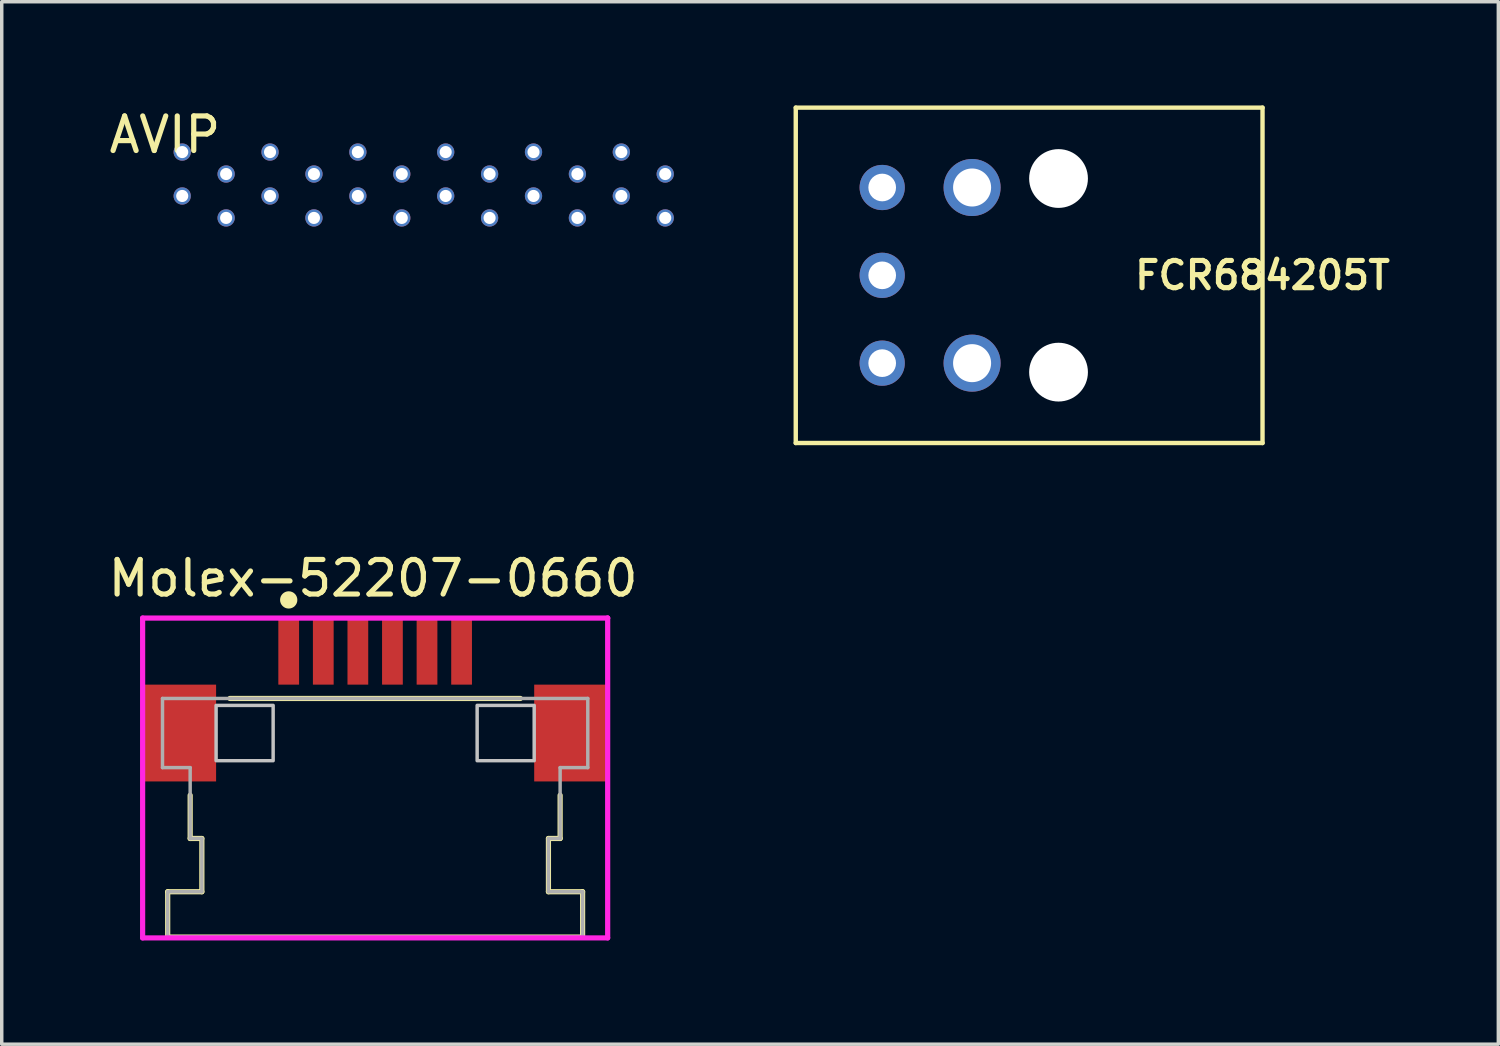
<source format=kicad_pcb>
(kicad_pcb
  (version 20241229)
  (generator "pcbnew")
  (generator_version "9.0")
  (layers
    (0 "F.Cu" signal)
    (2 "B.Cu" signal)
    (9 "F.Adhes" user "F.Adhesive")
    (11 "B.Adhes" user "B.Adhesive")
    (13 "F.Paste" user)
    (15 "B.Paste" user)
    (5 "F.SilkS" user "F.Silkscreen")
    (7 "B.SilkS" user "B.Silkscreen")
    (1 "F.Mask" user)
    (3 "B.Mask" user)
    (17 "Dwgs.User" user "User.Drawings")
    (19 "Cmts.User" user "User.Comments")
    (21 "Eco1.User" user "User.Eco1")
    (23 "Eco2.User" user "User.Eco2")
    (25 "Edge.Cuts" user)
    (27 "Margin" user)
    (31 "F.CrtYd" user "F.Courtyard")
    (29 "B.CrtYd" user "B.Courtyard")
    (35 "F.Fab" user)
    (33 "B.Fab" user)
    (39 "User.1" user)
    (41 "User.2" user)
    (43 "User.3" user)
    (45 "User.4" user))
  (footprint "AVIP"
    (layer "F.Cu")
    (at 2.22 1.348)
    (property "Reference" "AVIP" (at -0.5 -0.5 0) (unlocked yes) (layer "F.SilkS") (effects (font (size 1 1) (thickness 0.15))))
    (attr through_hole)
    (fp_text user "Blue / Pb Ground" (at 8.89 1.587 0) (unlocked yes) (layer "User.1") (effects (font (size 0.1 0.1) (thickness 0.025))))
    (fp_text user "Ground" (at 5.08 0.953 0) (unlocked yes) (layer "User.1") (effects (font (size 0.1 0.1) (thickness 0.025))))
    (fp_text user "SCART Blanking" (at 3.81 1.587 0) (unlocked yes) (layer "User.1") (effects (font (size 0.1 0.1) (thickness 0.025))))
    (fp_text user "Mode 2" (at 6.35 0.318 0) (unlocked yes) (layer "User.1") (effects (font (size 0.1 0.1) (thickness 0.025))))
    (fp_text user "Green / Luma (Y) Ground" (at 11.43 1.587 0) (unlocked yes) (layer "User.1") (effects (font (size 0.1 0.1) (thickness 0.025))))
    (fp_text user "Composite (CVBS)" (at 13.97 0.318 0) (unlocked yes) (layer "User.1") (effects (font (size 0.1 0.1) (thickness 0.025))))
    (fp_text user "Mode 3" (at 7.62 -0.318 0) (unlocked yes) (layer "User.1") (effects (font (size 0.1 0.1) (thickness 0.025))))
    (fp_text user "SPDIF" (at 2.54 0.953 0) (unlocked yes) (layer "User.1") (effects (font (size 0.1 0.1) (thickness 0.025))))
    (fp_text user "Right Audio Ground" (at 1.3 1.587 0) (unlocked yes) (layer "User.1") (effects (font (size 0.1 0.1) (thickness 0.025))))
    (fp_text user "Ground" (at 6.35 1.587 0) (unlocked yes) (layer "User.1") (effects (font (size 0.1 0.1) (thickness 0.025))))
    (fp_text user "Mode 1" (at 5.08 -0.318 0) (unlocked yes) (layer "User.1") (effects (font (size 0.1 0.1) (thickness 0.025))))
    (fp_text user "Left Audio Ground" (at 2.54 -0.318 0) (unlocked yes) (layer "User.1") (effects (font (size 0.1 0.1) (thickness 0.025))))
    (fp_text user "Blue / Pb" (at 10.16 0.953 0) (unlocked yes) (layer "User.1") (effects (font (size 0.1 0.1) (thickness 0.025))))
    (fp_text user "5V" (at 0 -0.318 0) (unlocked yes) (layer "User.1") (effects (font (size 0.1 0.1) (thickness 0.025))))
    (fp_text user "-5V" (at 13.97 1.587 0) (unlocked yes) (layer "User.1") (effects (font (size 0.1 0.1) (thickness 0.025))))
    (fp_text user "Green / Luma (Y)" (at 12.7 0.953 0) (unlocked yes) (layer "User.1") (effects (font (size 0.1 0.1) (thickness 0.025))))
    (fp_text user "Left Audio" (at 1.27 0.318 0) (unlocked yes) (layer "User.1") (effects (font (size 0.1 0.1) (thickness 0.025))))
    (fp_text user "Red / Pr / Chroma (C) Ground" (at 10.16 -0.318 0) (unlocked yes) (layer "User.1") (effects (font (size 0.1 0.1) (thickness 0.025))))
    (fp_text user "SCART Status" (at 8.89 0.318 0) (unlocked yes) (layer "User.1") (effects (font (size 0.1 0.1) (thickness 0.025))))
    (fp_text user "NC" (at 3.81 0.318 0) (unlocked yes) (layer "User.1") (effects (font (size 0.1 0.1) (thickness 0.025))))
    (fp_text user "Right Audio" (at 0 0.953 0) (unlocked yes) (layer "User.1") (effects (font (size 0.1 0.1) (thickness 0.025))))
    (fp_text user "Red / Pr / Chroma (C)" (at 11.43 0.318 0) (unlocked yes) (layer "User.1") (effects (font (size 0.1 0.1) (thickness 0.025))))
    (fp_text user "Ground" (at 7.62 0.953 0) (unlocked yes) (layer "User.1") (effects (font (size 0.1 0.1) (thickness 0.025))))
    (fp_text user "Composite (CVBS) Ground" (at 12.7 -0.318 0) (unlocked yes) (layer "User.1") (effects (font (size 0.1 0.1) (thickness 0.025))))
    (pad "1" thru_hole circle (at 0 0) (size 0.5 0.5) (drill 0.35) (layers "*.Cu" "*.Mask"))
    (pad "2" thru_hole circle (at 0 1.27) (size 0.5 0.5) (drill 0.35) (layers "*.Cu" "*.Mask"))
    (pad "3" thru_hole circle (at 1.27 0.635) (size 0.5 0.5) (drill 0.35) (layers "*.Cu" "*.Mask"))
    (pad "4" thru_hole circle (at 1.27 1.905) (size 0.5 0.5) (drill 0.35) (layers "*.Cu" "*.Mask"))
    (pad "5" thru_hole circle (at 2.54 0) (size 0.5 0.5) (drill 0.35) (layers "*.Cu" "*.Mask"))
    (pad "6" thru_hole circle (at 2.54 1.27) (size 0.5 0.5) (drill 0.35) (layers "*.Cu" "*.Mask"))
    (pad "7" thru_hole circle (at 3.81 0.635) (size 0.5 0.5) (drill 0.35) (layers "*.Cu" "*.Mask"))
    (pad "8" thru_hole circle (at 3.81 1.905) (size 0.5 0.5) (drill 0.35) (layers "*.Cu" "*.Mask"))
    (pad "9" thru_hole circle (at 5.08 0) (size 0.5 0.5) (drill 0.35) (layers "*.Cu" "*.Mask"))
    (pad "10" thru_hole circle (at 5.08 1.27) (size 0.5 0.5) (drill 0.35) (layers "*.Cu" "*.Mask"))
    (pad "11" thru_hole circle (at 6.35 0.635) (size 0.5 0.5) (drill 0.35) (layers "*.Cu" "*.Mask"))
    (pad "12" thru_hole circle (at 6.35 1.905) (size 0.5 0.5) (drill 0.35) (layers "*.Cu" "*.Mask"))
    (pad "13" thru_hole circle (at 7.62 0) (size 0.5 0.5) (drill 0.35) (layers "*.Cu" "*.Mask"))
    (pad "14" thru_hole circle (at 7.62 1.27) (size 0.5 0.5) (drill 0.35) (layers "*.Cu" "*.Mask"))
    (pad "15" thru_hole circle (at 8.89 0.635) (size 0.5 0.5) (drill 0.35) (layers "*.Cu" "*.Mask"))
    (pad "16" thru_hole circle (at 8.89 1.905) (size 0.5 0.5) (drill 0.35) (layers "*.Cu" "*.Mask"))
    (pad "17" thru_hole circle (at 10.16 0) (size 0.5 0.5) (drill 0.35) (layers "*.Cu" "*.Mask"))
    (pad "18" thru_hole circle (at 10.16 1.27) (size 0.5 0.5) (drill 0.35) (layers "*.Cu" "*.Mask"))
    (pad "19" thru_hole circle (at 11.43 0.635) (size 0.5 0.5) (drill 0.35) (layers "*.Cu" "*.Mask"))
    (pad "20" thru_hole circle (at 11.43 1.905) (size 0.5 0.5) (drill 0.35) (layers "*.Cu" "*.Mask"))
    (pad "21" thru_hole circle (at 12.7 0) (size 0.5 0.5) (drill 0.35) (layers "*.Cu" "*.Mask"))
    (pad "22" thru_hole circle (at 12.7 1.27) (size 0.5 0.5) (drill 0.35) (layers "*.Cu" "*.Mask"))
    (pad "23" thru_hole circle (at 13.97 0.635) (size 0.5 0.5) (drill 0.35) (layers "*.Cu" "*.Mask"))
    (pad "24" thru_hole circle (at 13.97 1.905) (size 0.5 0.5) (drill 0.35) (layers "*.Cu" "*.Mask")))
  (footprint "Molex-52207-0660"
    (layer "F.Cu")
    (at 7.8 16.976)
    (property "Reference" "Molex-52207-0660" (at -7.8 -3.3 0) (layer "F.SilkS") (effects (font (size 1 1) (thickness 0.15)) (justify left)))
    (attr through_hole)
    (fp_line (start -6 5.765) (end -5.012 5.765) (stroke (width 0.15) (type solid)) (layer "F.SilkS"))
    (fp_line (start -6 7.075) (end -6 5.765) (stroke (width 0.15) (type solid)) (layer "F.SilkS"))
    (fp_line (start -6 7.075) (end 6 7.075) (stroke (width 0.15) (type solid)) (layer "F.SilkS"))
    (fp_line (start -5.35 4.225) (end -5.35 2.975) (stroke (width 0.15) (type solid)) (layer "F.SilkS"))
    (fp_line (start -5.35 4.225) (end -5.013 4.225) (stroke (width 0.15) (type solid)) (layer "F.SilkS"))
    (fp_line (start -5.012 5.765) (end -5.012 4.225) (stroke (width 0.15) (type solid)) (layer "F.SilkS"))
    (fp_line (start -4.2 0.175) (end 4.2 0.175) (stroke (width 0.15) (type solid)) (layer "F.SilkS"))
    (fp_line (start 5.012 5.765) (end 5.012 4.225) (stroke (width 0.15) (type solid)) (layer "F.SilkS"))
    (fp_line (start 5.012 5.765) (end 6 5.765) (stroke (width 0.15) (type solid)) (layer "F.SilkS"))
    (fp_line (start 5.013 4.225) (end 5.35 4.225) (stroke (width 0.15) (type solid)) (layer "F.SilkS"))
    (fp_line (start 5.35 4.225) (end 5.35 2.975) (stroke (width 0.15) (type solid)) (layer "F.SilkS"))
    (fp_line (start 6 7.075) (end 6 5.765) (stroke (width 0.15) (type solid)) (layer "F.SilkS"))
    (fp_circle (center -2.5 -2.675) (end -2.375 -2.675) (stroke (width 0.25) (type solid)) (fill no) (layer "F.SilkS"))
    (fp_poly (pts (xy -4.6 0.375) (xy -2.95 0.375) (xy -2.95 1.975) (xy -4.6 1.975)) (stroke (width 0.1) (type solid)) (fill no) (layer "Dwgs.User"))
    (fp_poly (pts (xy 4.6 0.375) (xy 2.95 0.375) (xy 2.95 1.975) (xy 4.6 1.975)) (stroke (width 0.1) (type solid)) (fill no) (layer "Dwgs.User"))
    (fp_line (start -6.725 -2.15) (end -6.725 7.1) (stroke (width 0.15) (type solid)) (layer "F.CrtYd"))
    (fp_line (start -6.725 7.1) (end 6.725 7.1) (stroke (width 0.15) (type solid)) (layer "F.CrtYd"))
    (fp_line (start 6.725 -2.15) (end -6.725 -2.15) (stroke (width 0.15) (type solid)) (layer "F.CrtYd"))
    (fp_line (start 6.725 -2.15) (end 6.725 -2.15) (stroke (width 0.15) (type solid)) (layer "F.CrtYd"))
    (fp_line (start 6.725 7.1) (end 6.725 -2.15) (stroke (width 0.15) (type solid)) (layer "F.CrtYd"))
    (fp_line (start -6.15 0.175) (end 6.15 0.175) (stroke (width 0.1) (type solid)) (layer "F.Fab"))
    (fp_line (start -6.15 2.175) (end -6.15 0.175) (stroke (width 0.1) (type solid)) (layer "F.Fab"))
    (fp_line (start -6.15 2.175) (end -5.35 2.175) (stroke (width 0.1) (type solid)) (layer "F.Fab"))
    (fp_line (start -6 5.765) (end -5.012 5.765) (stroke (width 0.1) (type solid)) (layer "F.Fab"))
    (fp_line (start -6 7.075) (end -6 5.765) (stroke (width 0.1) (type solid)) (layer "F.Fab"))
    (fp_line (start -6 7.075) (end 6 7.075) (stroke (width 0.1) (type solid)) (layer "F.Fab"))
    (fp_line (start -5.35 4.225) (end -5.35 2.175) (stroke (width 0.1) (type solid)) (layer "F.Fab"))
    (fp_line (start -5.35 4.225) (end -5.012 4.225) (stroke (width 0.1) (type solid)) (layer "F.Fab"))
    (fp_line (start -5.012 5.765) (end -5.012 4.225) (stroke (width 0.1) (type solid)) (layer "F.Fab"))
    (fp_line (start 5.012 5.765) (end 5.012 4.225) (stroke (width 0.1) (type solid)) (layer "F.Fab"))
    (fp_line (start 5.012 5.765) (end 6 5.765) (stroke (width 0.1) (type solid)) (layer "F.Fab"))
    (fp_line (start 5.013 4.225) (end 5.35 4.225) (stroke (width 0.1) (type solid)) (layer "F.Fab"))
    (fp_line (start 5.35 4.225) (end 5.35 2.175) (stroke (width 0.1) (type solid)) (layer "F.Fab"))
    (fp_line (start 5.35 2.175) (end 6.15 2.175) (stroke (width 0.1) (type solid)) (layer "F.Fab"))
    (fp_line (start 6 7.075) (end 6 5.765) (stroke (width 0.1) (type solid)) (layer "F.Fab"))
    (fp_line (start 6.15 2.175) (end 6.15 0.175) (stroke (width 0.1) (type solid)) (layer "F.Fab"))
    (pad "1" smd rect (at -2.5 -1.175) (size 0.6 1.9) (layers "F.Cu" "F.Mask" "F.Paste"))
    (pad "2" smd rect (at -1.5 -1.175) (size 0.6 1.9) (layers "F.Cu" "F.Mask" "F.Paste"))
    (pad "3" smd rect (at -0.5 -1.175) (size 0.6 1.9) (layers "F.Cu" "F.Mask" "F.Paste"))
    (pad "4" smd rect (at 0.5 -1.175) (size 0.6 1.9) (layers "F.Cu" "F.Mask" "F.Paste"))
    (pad "5" smd rect (at 1.5 -1.175) (size 0.6 1.9) (layers "F.Cu" "F.Mask" "F.Paste"))
    (pad "6" smd rect (at 2.5 -1.175) (size 0.6 1.9) (layers "F.Cu" "F.Mask" "F.Paste"))
    (pad "MP1" smd rect (at -5.65 1.175 180) (size 2.1 2.8) (layers "F.Cu" "F.Mask" "F.Paste"))
    (pad "MP2" smd rect (at 5.65 1.175) (size 2.1 2.8) (layers "F.Cu" "F.Mask" "F.Paste")))
  (footprint "FCR684205T"
    (layer "F.Cu")
    (at 33.465 4.913)
    (property "Reference" "FCR684205T" (at 0 0 0) (layer "F.SilkS") (effects (font (size 0.787 0.787) (thickness 0.15))))
    (attr through_hole)
    (fp_line (start -13.5 -4.85) (end -13.5 4.85) (stroke (width 0.127) (type solid)) (layer "F.SilkS"))
    (fp_line (start -13.5 4.85) (end 0 4.85) (stroke (width 0.127) (type solid)) (layer "F.SilkS"))
    (fp_line (start 0 -4.85) (end -13.5 -4.85) (stroke (width 0.127) (type solid)) (layer "F.SilkS"))
    (fp_line (start 0 -4.85) (end 0 4.85) (stroke (width 0.127) (type solid)) (layer "F.SilkS"))
    (pad "" np_thru_hole circle (at -5.9 -2.8) (size 1.7 1.7) (drill 1.7) (layers "*.Cu" "*.Mask"))
    (pad "" np_thru_hole circle (at -5.9 2.8) (size 1.7 1.7) (drill 1.7) (layers "*.Cu" "*.Mask"))
    (pad "1" thru_hole circle (at -11 -2.54) (size 1.308 1.308) (drill 0.8) (layers "*.Cu" "*.Mask"))
    (pad "2" thru_hole circle (at -11 0) (size 1.308 1.308) (drill 0.8) (layers "*.Cu" "*.Mask"))
    (pad "3" thru_hole circle (at -11 2.54) (size 1.308 1.308) (drill 0.8) (layers "*.Cu" "*.Mask"))
    (pad "MP1" thru_hole circle (at -8.4 -2.54) (size 1.65 1.65) (drill 1.1) (layers "*.Cu" "*.Mask"))
    (pad "MP2" thru_hole circle (at -8.4 2.54) (size 1.65 1.65) (drill 1.1) (layers "*.Cu" "*.Mask")))
  (gr_rect
    (start -3 -3)
    (end 40.285 27.151)
    (stroke (width 0.1) (type default))
    (fill no)
    (layer "Edge.Cuts")))
</source>
